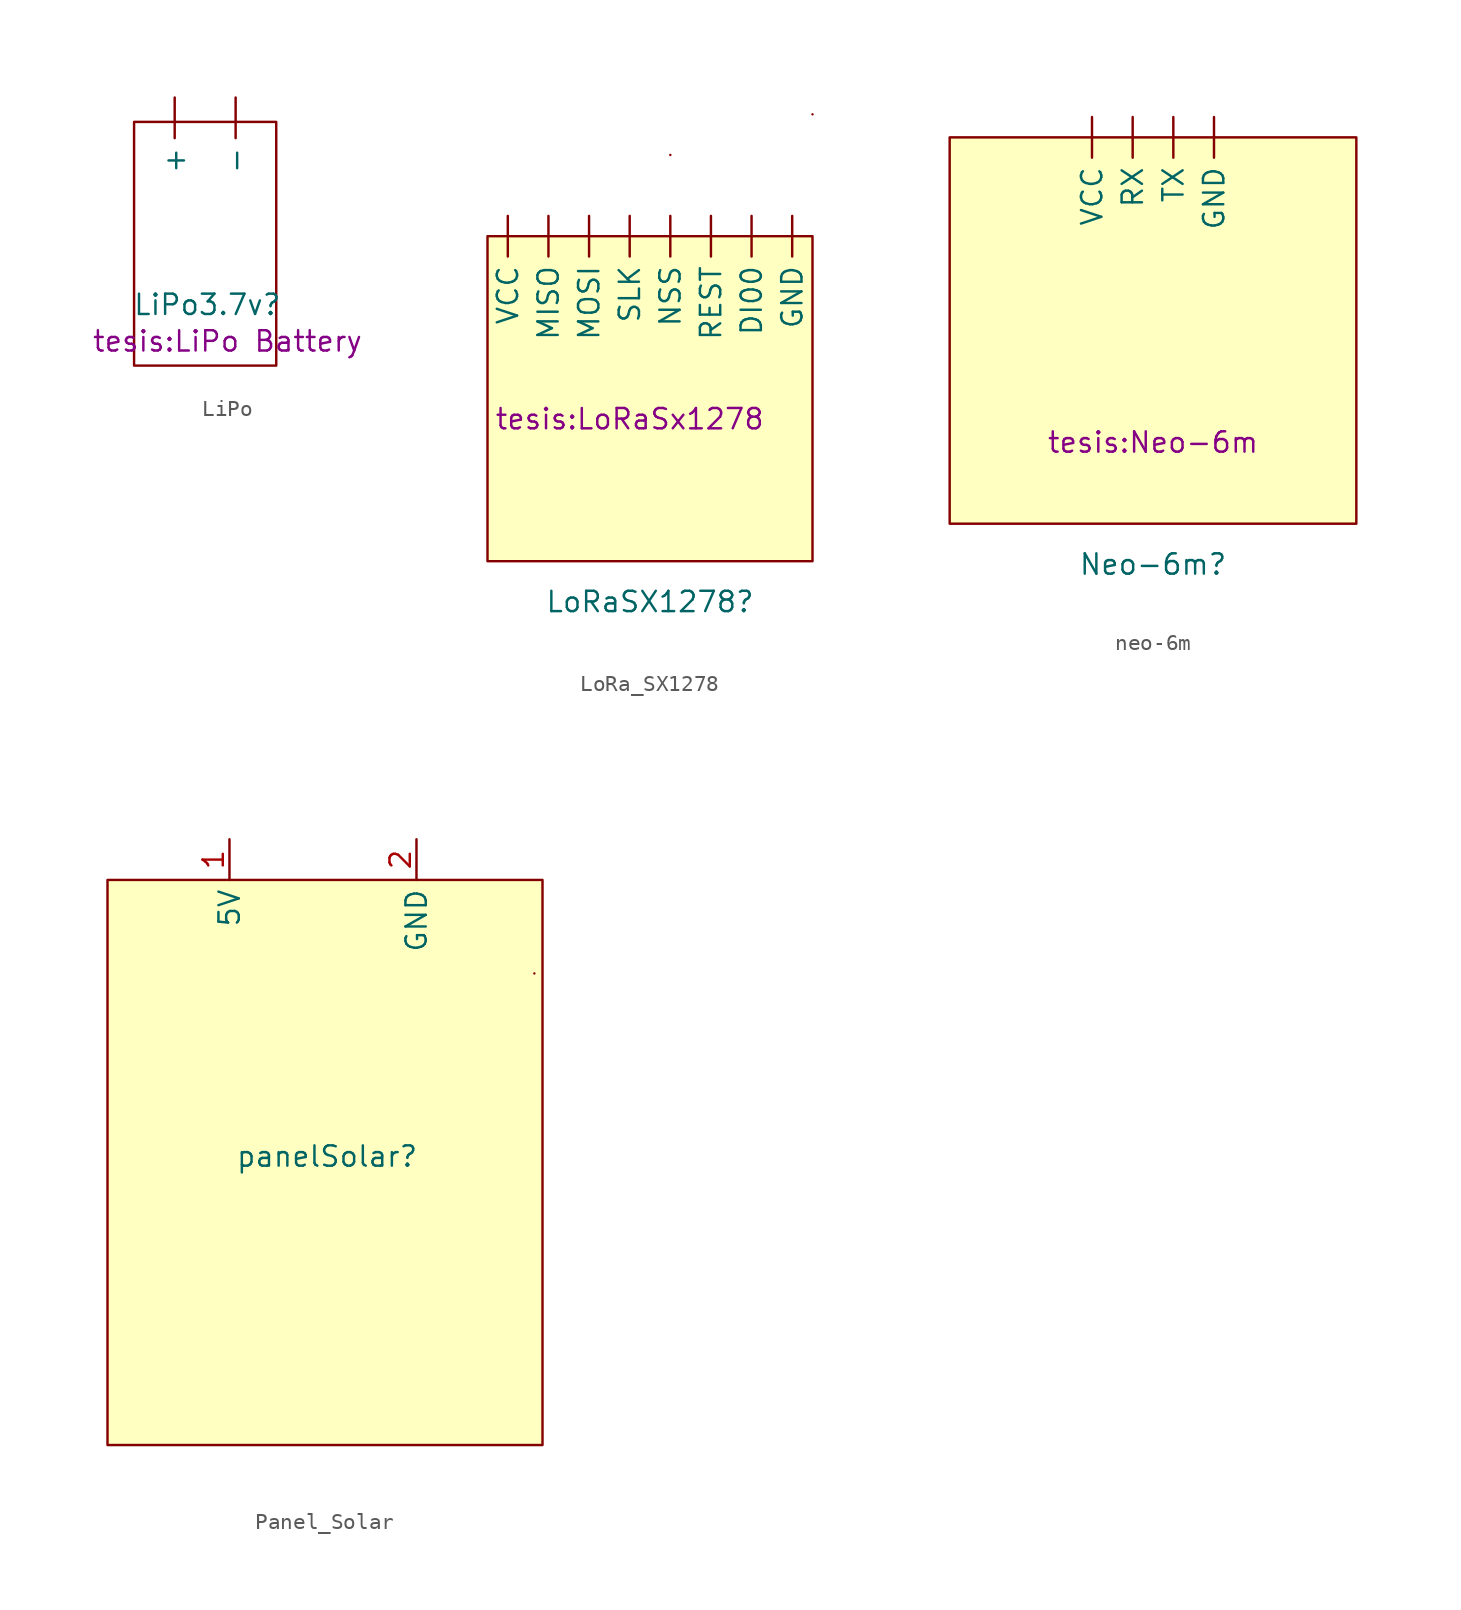
<source format=kicad_sym>
(kicad_symbol_lib
  (version 20220914)
  (generator kicad_symbol_editor)
  (symbol "LiPo"
    (property "Reference" "LiPo3.7v"
      (at 0 -3.556 0)
      (effects (font (size 1.27 1.27))))
    (property "Value" ""
      (at 4.064 -1.016 0)
      (effects (font (size 1.27 1.27))))
    (property "Footprint" "tesis:LiPo Battery"
      (at 1.27 -5.842 0)
      (effects (font (size 1.27 1.27))))
    (symbol "LiPo_0_1"
      (rectangle (start -4.572 7.874) (end 4.318 -7.366) (stroke (width 0) (type default)) (fill (type none))))
    (symbol "LiPo_1_1"
      (pin input line (at -2.032 9.398 270) (length 2.54) (name "+" (effects (font (size 1.27 1.27)))) (number "" (effects (font (size 1.27 1.27)))))
      (pin input line (at 1.778 9.398 270) (length 2.54) (name "-" (effects (font (size 1.27 1.27)))) (number "" (effects (font (size 1.27 1.27)))))))
  (symbol "LoRa_SX1278"
    (property "Reference" "LoRaSX1278"
      (at 0 -12.7 0)
      (effects (font (size 1.27 1.27))))
    (property "Value" ""
      (at -1.27 -1.27 0)
      (effects (font (size 1.27 1.27))))
    (property "Footprint" "tesis:LoRaSx1278"
      (at -1.27 -1.27 0)
      (effects (font (size 1.27 1.27))))
    (symbol "LoRa_SX1278_0_1"
      (rectangle (start 1.27 15.24) (end 1.27 15.24) (stroke (width 0) (type default)) (fill (type none)))
      (rectangle (start 10.16 17.78) (end 10.16 17.78) (stroke (width 0) (type default)) (fill (type none))))
    (symbol "LoRa_SX1278_1_1"
      (rectangle (start -10.16 10.16) (end 10.16 -10.16) (stroke (width 0) (type default)) (fill (type background)))
      (pin input line (at 6.35 11.43 270) (length 2.54) (name "DI00" (effects (font (size 1.27 1.27)))) (number "" (effects (font (size 1.27 1.27)))))
      (pin input line (at 8.89 11.43 270) (length 2.54) (name "GND" (effects (font (size 1.27 1.27)))) (number "" (effects (font (size 1.27 1.27)))))
      (pin input line (at -6.35 11.43 270) (length 2.54) (name "MISO" (effects (font (size 1.27 1.27)))) (number "" (effects (font (size 1.27 1.27)))))
      (pin input line (at -3.81 11.43 270) (length 2.54) (name "MOSI" (effects (font (size 1.27 1.27)))) (number "" (effects (font (size 1.27 1.27)))))
      (pin input line (at 1.27 11.43 270) (length 2.54) (name "NSS" (effects (font (size 1.27 1.27)))) (number "" (effects (font (size 1.27 1.27)))))
      (pin input line (at 3.81 11.43 270) (length 2.54) (name "REST" (effects (font (size 1.27 1.27)))) (number "" (effects (font (size 1.27 1.27)))))
      (pin input line (at -1.27 11.43 270) (length 2.54) (name "SLK" (effects (font (size 1.27 1.27)))) (number "" (effects (font (size 1.27 1.27)))))
      (pin input line (at -8.89 11.43 270) (length 2.54) (name "VCC" (effects (font (size 1.27 1.27)))) (number "" (effects (font (size 1.27 1.27)))))))
  (symbol "neo-6m"
    (property "Reference" "Neo-6m"
      (at 0 -7.62 0)
      (effects (font (size 1.27 1.27))))
    (property "Value" ""
      (at 0 0 0)
      (effects (font (size 1.27 1.27))))
    (property "Footprint" "tesis:Neo-6m"
      (at 0 0 0)
      (effects (font (size 1.27 1.27))))
    (symbol "neo-6m_1_1"
      (rectangle (start -12.7 19.05) (end 12.7 -5.08) (stroke (width 0) (type default)) (fill (type background)))
      (pin input line (at 3.81 20.32 270) (length 2.54) (name "GND" (effects (font (size 1.27 1.27)))) (number "" (effects (font (size 1.27 1.27)))))
      (pin input line (at -1.27 20.32 270) (length 2.54) (name "RX" (effects (font (size 1.27 1.27)))) (number "" (effects (font (size 1.27 1.27)))))
      (pin input line (at 1.27 20.32 270) (length 2.54) (name "TX" (effects (font (size 1.27 1.27)))) (number "" (effects (font (size 1.27 1.27)))))
      (pin input line (at -3.81 20.32 270) (length 2.54) (name "VCC" (effects (font (size 1.27 1.27)))) (number "" (effects (font (size 1.27 1.27)))))))
  (symbol "Panel_Solar"
    (property "Reference" "panelSolar"
      (at 0 0 0)
      (effects (font (size 1.27 1.27))))
    (property "Value" ""
      (at 0 0 0)
      (effects (font (size 1.27 1.27))))
    (symbol "Panel_Solar_0_1"
      (rectangle (start 12.954 11.43) (end 12.954 11.43) (stroke (width 0) (type default)) (fill (type none))))
    (symbol "Panel_Solar_1_1"
      (rectangle (start -13.716 17.272) (end 13.462 -18.034) (stroke (width 0) (type default)) (fill (type background)))
      (pin output line (at -6.096 19.812 270) (length 2.54) (name "5V" (effects (font (size 1.27 1.27)))) (number "1" (effects (font (size 1.27 1.27)))))
      (pin output line (at 5.588 19.812 270) (length 2.54) (name "GND" (effects (font (size 1.27 1.27)))) (number "2" (effects (font (size 1.27 1.27))))))))
</source>
